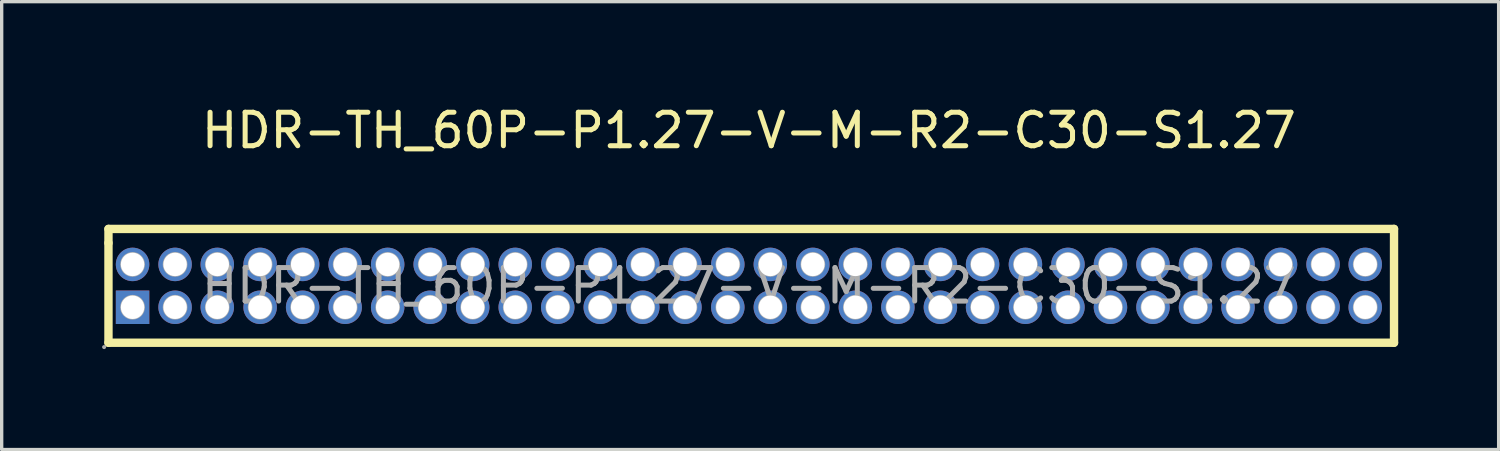
<source format=kicad_pcb>
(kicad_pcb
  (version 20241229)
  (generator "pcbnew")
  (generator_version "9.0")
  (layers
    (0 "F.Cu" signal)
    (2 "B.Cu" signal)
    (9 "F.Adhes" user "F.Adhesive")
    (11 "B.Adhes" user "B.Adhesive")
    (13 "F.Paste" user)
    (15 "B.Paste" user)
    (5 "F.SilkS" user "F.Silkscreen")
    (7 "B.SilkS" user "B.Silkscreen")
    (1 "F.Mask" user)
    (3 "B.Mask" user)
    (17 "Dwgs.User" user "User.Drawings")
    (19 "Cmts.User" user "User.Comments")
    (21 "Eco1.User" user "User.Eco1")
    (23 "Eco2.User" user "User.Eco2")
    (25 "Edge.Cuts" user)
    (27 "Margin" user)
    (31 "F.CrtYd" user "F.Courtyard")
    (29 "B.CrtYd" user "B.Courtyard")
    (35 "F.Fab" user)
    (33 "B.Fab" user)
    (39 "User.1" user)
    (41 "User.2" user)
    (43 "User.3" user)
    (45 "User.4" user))
  (footprint "HDR-TH_60P-P1.27-V-M-R2-C30-S1.27"
    (layer "F.Cu")
    (at 19.32 5.488)
    (property "Reference" "HDR-TH_60P-P1.27-V-M-R2-C30-S1.27" (at 0 -4.64 0) (layer "F.SilkS") (effects (font (size 1 1) (thickness 0.15))))
    (attr through_hole)
    (fp_line (start -19.13 -1.7) (end 19.27 -1.7) (stroke (width 0.25) (type solid)) (layer "F.SilkS"))
    (fp_line (start -19.13 -1.28) (end -19.13 -1.7) (stroke (width 0.25) (type solid)) (layer "F.SilkS"))
    (fp_line (start -19.13 1.7) (end -19.13 -1.28) (stroke (width 0.25) (type solid)) (layer "F.SilkS"))
    (fp_line (start 19.27 -1.7) (end 19.27 1.7) (stroke (width 0.25) (type solid)) (layer "F.SilkS"))
    (fp_line (start 19.27 1.7) (end -19.13 1.7) (stroke (width 0.25) (type solid)) (layer "F.SilkS"))
    (fp_circle (center -19.26 1.83) (end -19.23 1.83) (stroke (width 0.06) (type solid)) (fill no) (layer "F.Fab"))
    (fp_circle (center -18.41 -0.64) (end -18.29 -0.64) (stroke (width 0.25) (type solid)) (fill no) (layer "F.Fab"))
    (fp_circle (center -18.41 0.64) (end -18.29 0.64) (stroke (width 0.25) (type solid)) (fill no) (layer "F.Fab"))
    (fp_circle (center -17.14 -0.64) (end -17.02 -0.64) (stroke (width 0.25) (type solid)) (fill no) (layer "F.Fab"))
    (fp_circle (center -17.14 0.64) (end -17.02 0.64) (stroke (width 0.25) (type solid)) (fill no) (layer "F.Fab"))
    (fp_circle (center -15.88 -0.64) (end -15.76 -0.64) (stroke (width 0.25) (type solid)) (fill no) (layer "F.Fab"))
    (fp_circle (center -15.88 0.64) (end -15.76 0.64) (stroke (width 0.25) (type solid)) (fill no) (layer "F.Fab"))
    (fp_circle (center -14.6 -0.64) (end -14.48 -0.64) (stroke (width 0.25) (type solid)) (fill no) (layer "F.Fab"))
    (fp_circle (center -14.6 0.64) (end -14.48 0.64) (stroke (width 0.25) (type solid)) (fill no) (layer "F.Fab"))
    (fp_circle (center -13.33 -0.64) (end -13.21 -0.64) (stroke (width 0.25) (type solid)) (fill no) (layer "F.Fab"))
    (fp_circle (center -13.33 0.64) (end -13.21 0.64) (stroke (width 0.25) (type solid)) (fill no) (layer "F.Fab"))
    (fp_circle (center -12.06 -0.64) (end -11.94 -0.64) (stroke (width 0.25) (type solid)) (fill no) (layer "F.Fab"))
    (fp_circle (center -12.06 0.64) (end -11.94 0.64) (stroke (width 0.25) (type solid)) (fill no) (layer "F.Fab"))
    (fp_circle (center -10.79 -0.64) (end -10.67 -0.64) (stroke (width 0.25) (type solid)) (fill no) (layer "F.Fab"))
    (fp_circle (center -10.79 0.64) (end -10.67 0.64) (stroke (width 0.25) (type solid)) (fill no) (layer "F.Fab"))
    (fp_circle (center -9.52 -0.64) (end -9.4 -0.64) (stroke (width 0.25) (type solid)) (fill no) (layer "F.Fab"))
    (fp_circle (center -9.52 0.64) (end -9.4 0.64) (stroke (width 0.25) (type solid)) (fill no) (layer "F.Fab"))
    (fp_circle (center -8.25 -0.64) (end -8.13 -0.64) (stroke (width 0.25) (type solid)) (fill no) (layer "F.Fab"))
    (fp_circle (center -8.25 0.64) (end -8.13 0.64) (stroke (width 0.25) (type solid)) (fill no) (layer "F.Fab"))
    (fp_circle (center -6.98 -0.64) (end -6.86 -0.64) (stroke (width 0.25) (type solid)) (fill no) (layer "F.Fab"))
    (fp_circle (center -6.98 0.64) (end -6.86 0.64) (stroke (width 0.25) (type solid)) (fill no) (layer "F.Fab"))
    (fp_circle (center -5.71 -0.64) (end -5.59 -0.64) (stroke (width 0.25) (type solid)) (fill no) (layer "F.Fab"))
    (fp_circle (center -5.71 0.64) (end -5.59 0.64) (stroke (width 0.25) (type solid)) (fill no) (layer "F.Fab"))
    (fp_circle (center -4.44 -0.64) (end -4.32 -0.64) (stroke (width 0.25) (type solid)) (fill no) (layer "F.Fab"))
    (fp_circle (center -4.44 0.64) (end -4.32 0.64) (stroke (width 0.25) (type solid)) (fill no) (layer "F.Fab"))
    (fp_circle (center -3.17 -0.64) (end -3.05 -0.64) (stroke (width 0.25) (type solid)) (fill no) (layer "F.Fab"))
    (fp_circle (center -3.17 0.64) (end -3.05 0.64) (stroke (width 0.25) (type solid)) (fill no) (layer "F.Fab"))
    (fp_circle (center -1.91 -0.64) (end -1.79 -0.64) (stroke (width 0.25) (type solid)) (fill no) (layer "F.Fab"))
    (fp_circle (center -1.91 0.64) (end -1.79 0.64) (stroke (width 0.25) (type solid)) (fill no) (layer "F.Fab"))
    (fp_circle (center -0.63 -0.64) (end -0.51 -0.64) (stroke (width 0.25) (type solid)) (fill no) (layer "F.Fab"))
    (fp_circle (center -0.63 0.64) (end -0.51 0.64) (stroke (width 0.25) (type solid)) (fill no) (layer "F.Fab"))
    (fp_circle (center 0.64 -0.64) (end 0.76 -0.64) (stroke (width 0.25) (type solid)) (fill no) (layer "F.Fab"))
    (fp_circle (center 0.64 0.64) (end 0.76 0.64) (stroke (width 0.25) (type solid)) (fill no) (layer "F.Fab"))
    (fp_circle (center 1.91 -0.64) (end 2.03 -0.64) (stroke (width 0.25) (type solid)) (fill no) (layer "F.Fab"))
    (fp_circle (center 1.91 0.64) (end 2.03 0.64) (stroke (width 0.25) (type solid)) (fill no) (layer "F.Fab"))
    (fp_circle (center 3.18 -0.64) (end 3.3 -0.64) (stroke (width 0.25) (type solid)) (fill no) (layer "F.Fab"))
    (fp_circle (center 3.18 0.64) (end 3.3 0.64) (stroke (width 0.25) (type solid)) (fill no) (layer "F.Fab"))
    (fp_circle (center 4.45 -0.64) (end 4.57 -0.64) (stroke (width 0.25) (type solid)) (fill no) (layer "F.Fab"))
    (fp_circle (center 4.45 0.64) (end 4.57 0.64) (stroke (width 0.25) (type solid)) (fill no) (layer "F.Fab"))
    (fp_circle (center 5.72 -0.64) (end 5.84 -0.64) (stroke (width 0.25) (type solid)) (fill no) (layer "F.Fab"))
    (fp_circle (center 5.72 0.64) (end 5.84 0.64) (stroke (width 0.25) (type solid)) (fill no) (layer "F.Fab"))
    (fp_circle (center 6.98 -0.64) (end 7.1 -0.64) (stroke (width 0.25) (type solid)) (fill no) (layer "F.Fab"))
    (fp_circle (center 6.98 0.64) (end 7.1 0.64) (stroke (width 0.25) (type solid)) (fill no) (layer "F.Fab"))
    (fp_circle (center 8.26 -0.64) (end 8.38 -0.64) (stroke (width 0.25) (type solid)) (fill no) (layer "F.Fab"))
    (fp_circle (center 8.26 0.64) (end 8.38 0.64) (stroke (width 0.25) (type solid)) (fill no) (layer "F.Fab"))
    (fp_circle (center 9.53 -0.64) (end 9.65 -0.64) (stroke (width 0.25) (type solid)) (fill no) (layer "F.Fab"))
    (fp_circle (center 9.53 0.64) (end 9.65 0.64) (stroke (width 0.25) (type solid)) (fill no) (layer "F.Fab"))
    (fp_circle (center 10.8 -0.64) (end 10.92 -0.64) (stroke (width 0.25) (type solid)) (fill no) (layer "F.Fab"))
    (fp_circle (center 10.8 0.64) (end 10.92 0.64) (stroke (width 0.25) (type solid)) (fill no) (layer "F.Fab"))
    (fp_circle (center 12.07 -0.64) (end 12.19 -0.64) (stroke (width 0.25) (type solid)) (fill no) (layer "F.Fab"))
    (fp_circle (center 12.07 0.64) (end 12.19 0.64) (stroke (width 0.25) (type solid)) (fill no) (layer "F.Fab"))
    (fp_circle (center 13.34 -0.64) (end 13.46 -0.64) (stroke (width 0.25) (type solid)) (fill no) (layer "F.Fab"))
    (fp_circle (center 13.34 0.64) (end 13.46 0.64) (stroke (width 0.25) (type solid)) (fill no) (layer "F.Fab"))
    (fp_circle (center 14.61 -0.64) (end 14.73 -0.64) (stroke (width 0.25) (type solid)) (fill no) (layer "F.Fab"))
    (fp_circle (center 14.61 0.64) (end 14.73 0.64) (stroke (width 0.25) (type solid)) (fill no) (layer "F.Fab"))
    (fp_circle (center 15.88 -0.64) (end 16 -0.64) (stroke (width 0.25) (type solid)) (fill no) (layer "F.Fab"))
    (fp_circle (center 15.88 0.64) (end 16 0.64) (stroke (width 0.25) (type solid)) (fill no) (layer "F.Fab"))
    (fp_circle (center 17.15 -0.64) (end 17.27 -0.64) (stroke (width 0.25) (type solid)) (fill no) (layer "F.Fab"))
    (fp_circle (center 17.15 0.64) (end 17.27 0.64) (stroke (width 0.25) (type solid)) (fill no) (layer "F.Fab"))
    (fp_circle (center 18.41 -0.64) (end 18.53 -0.64) (stroke (width 0.25) (type solid)) (fill no) (layer "F.Fab"))
    (fp_circle (center 18.41 0.64) (end 18.53 0.64) (stroke (width 0.25) (type solid)) (fill no) (layer "F.Fab"))
    (fp_text user "${REFERENCE}" (at 0 0 0) (layer "F.Fab") (effects (font (size 1 1) (thickness 0.15))))
    (pad "1" thru_hole rect (at -18.41 0.64) (size 1 1) (drill 0.7) (layers "*.Cu" "*.Paste" "*.Mask"))
    (pad "2" thru_hole circle (at -18.41 -0.64) (size 1 1) (drill 0.7) (layers "*.Cu" "*.Paste" "*.Mask"))
    (pad "3" thru_hole circle (at -17.14 0.64) (size 1 1) (drill 0.7) (layers "*.Cu" "*.Paste" "*.Mask"))
    (pad "4" thru_hole circle (at -17.14 -0.64) (size 1 1) (drill 0.7) (layers "*.Cu" "*.Paste" "*.Mask"))
    (pad "5" thru_hole circle (at -15.88 0.64) (size 1 1) (drill 0.7) (layers "*.Cu" "*.Paste" "*.Mask"))
    (pad "6" thru_hole circle (at -15.88 -0.64) (size 1 1) (drill 0.7) (layers "*.Cu" "*.Paste" "*.Mask"))
    (pad "7" thru_hole circle (at -14.6 0.64) (size 1 1) (drill 0.7) (layers "*.Cu" "*.Paste" "*.Mask"))
    (pad "8" thru_hole circle (at -14.6 -0.64) (size 1 1) (drill 0.7) (layers "*.Cu" "*.Paste" "*.Mask"))
    (pad "9" thru_hole circle (at -13.33 0.64) (size 1 1) (drill 0.7) (layers "*.Cu" "*.Paste" "*.Mask"))
    (pad "10" thru_hole circle (at -13.33 -0.64) (size 1 1) (drill 0.7) (layers "*.Cu" "*.Paste" "*.Mask"))
    (pad "11" thru_hole circle (at -12.06 0.64) (size 1 1) (drill 0.7) (layers "*.Cu" "*.Paste" "*.Mask"))
    (pad "12" thru_hole circle (at -12.06 -0.64) (size 1 1) (drill 0.7) (layers "*.Cu" "*.Paste" "*.Mask"))
    (pad "13" thru_hole circle (at -10.79 0.64) (size 1 1) (drill 0.7) (layers "*.Cu" "*.Paste" "*.Mask"))
    (pad "14" thru_hole circle (at -10.79 -0.64) (size 1 1) (drill 0.7) (layers "*.Cu" "*.Paste" "*.Mask"))
    (pad "15" thru_hole circle (at -9.52 0.64) (size 1 1) (drill 0.7) (layers "*.Cu" "*.Paste" "*.Mask"))
    (pad "16" thru_hole circle (at -9.52 -0.64) (size 1 1) (drill 0.7) (layers "*.Cu" "*.Paste" "*.Mask"))
    (pad "17" thru_hole circle (at -8.25 0.64) (size 1 1) (drill 0.7) (layers "*.Cu" "*.Paste" "*.Mask"))
    (pad "18" thru_hole circle (at -8.25 -0.64) (size 1 1) (drill 0.7) (layers "*.Cu" "*.Paste" "*.Mask"))
    (pad "19" thru_hole circle (at -6.98 0.64) (size 1 1) (drill 0.7) (layers "*.Cu" "*.Paste" "*.Mask"))
    (pad "20" thru_hole circle (at -6.98 -0.64) (size 1 1) (drill 0.7) (layers "*.Cu" "*.Paste" "*.Mask"))
    (pad "21" thru_hole circle (at -5.71 0.64) (size 1 1) (drill 0.7) (layers "*.Cu" "*.Paste" "*.Mask"))
    (pad "22" thru_hole circle (at -5.71 -0.64) (size 1 1) (drill 0.7) (layers "*.Cu" "*.Paste" "*.Mask"))
    (pad "23" thru_hole circle (at -4.44 0.64) (size 1 1) (drill 0.7) (layers "*.Cu" "*.Paste" "*.Mask"))
    (pad "24" thru_hole circle (at -4.44 -0.64) (size 1 1) (drill 0.7) (layers "*.Cu" "*.Paste" "*.Mask"))
    (pad "25" thru_hole circle (at -3.17 0.64) (size 1 1) (drill 0.7) (layers "*.Cu" "*.Paste" "*.Mask"))
    (pad "26" thru_hole circle (at -3.17 -0.64) (size 1 1) (drill 0.7) (layers "*.Cu" "*.Paste" "*.Mask"))
    (pad "27" thru_hole circle (at -1.91 0.64) (size 1 1) (drill 0.7) (layers "*.Cu" "*.Paste" "*.Mask"))
    (pad "28" thru_hole circle (at -1.91 -0.64) (size 1 1) (drill 0.7) (layers "*.Cu" "*.Paste" "*.Mask"))
    (pad "29" thru_hole circle (at -0.63 0.64) (size 1 1) (drill 0.7) (layers "*.Cu" "*.Paste" "*.Mask"))
    (pad "30" thru_hole circle (at -0.63 -0.64) (size 1 1) (drill 0.7) (layers "*.Cu" "*.Paste" "*.Mask"))
    (pad "31" thru_hole circle (at 0.64 0.64) (size 1 1) (drill 0.7) (layers "*.Cu" "*.Paste" "*.Mask"))
    (pad "32" thru_hole circle (at 0.64 -0.64) (size 1 1) (drill 0.7) (layers "*.Cu" "*.Paste" "*.Mask"))
    (pad "33" thru_hole circle (at 1.91 0.64) (size 1 1) (drill 0.7) (layers "*.Cu" "*.Paste" "*.Mask"))
    (pad "34" thru_hole circle (at 1.91 -0.64) (size 1 1) (drill 0.7) (layers "*.Cu" "*.Paste" "*.Mask"))
    (pad "35" thru_hole circle (at 3.18 0.64) (size 1 1) (drill 0.7) (layers "*.Cu" "*.Paste" "*.Mask"))
    (pad "36" thru_hole circle (at 3.18 -0.64) (size 1 1) (drill 0.7) (layers "*.Cu" "*.Paste" "*.Mask"))
    (pad "37" thru_hole circle (at 4.45 0.64) (size 1 1) (drill 0.7) (layers "*.Cu" "*.Paste" "*.Mask"))
    (pad "38" thru_hole circle (at 4.45 -0.64) (size 1 1) (drill 0.7) (layers "*.Cu" "*.Paste" "*.Mask"))
    (pad "39" thru_hole circle (at 5.72 0.64) (size 1 1) (drill 0.7) (layers "*.Cu" "*.Paste" "*.Mask"))
    (pad "40" thru_hole circle (at 5.72 -0.64) (size 1 1) (drill 0.7) (layers "*.Cu" "*.Paste" "*.Mask"))
    (pad "41" thru_hole circle (at 6.98 0.64) (size 1 1) (drill 0.7) (layers "*.Cu" "*.Paste" "*.Mask"))
    (pad "42" thru_hole circle (at 6.98 -0.64) (size 1 1) (drill 0.7) (layers "*.Cu" "*.Paste" "*.Mask"))
    (pad "43" thru_hole circle (at 8.26 0.64) (size 1 1) (drill 0.7) (layers "*.Cu" "*.Paste" "*.Mask"))
    (pad "44" thru_hole circle (at 8.26 -0.64) (size 1 1) (drill 0.7) (layers "*.Cu" "*.Paste" "*.Mask"))
    (pad "45" thru_hole circle (at 9.53 0.64) (size 1 1) (drill 0.7) (layers "*.Cu" "*.Paste" "*.Mask"))
    (pad "46" thru_hole circle (at 9.53 -0.64) (size 1 1) (drill 0.7) (layers "*.Cu" "*.Paste" "*.Mask"))
    (pad "47" thru_hole circle (at 10.8 0.64) (size 1 1) (drill 0.7) (layers "*.Cu" "*.Paste" "*.Mask"))
    (pad "48" thru_hole circle (at 10.8 -0.64) (size 1 1) (drill 0.7) (layers "*.Cu" "*.Paste" "*.Mask"))
    (pad "49" thru_hole circle (at 12.07 0.64) (size 1 1) (drill 0.7) (layers "*.Cu" "*.Paste" "*.Mask"))
    (pad "50" thru_hole circle (at 12.07 -0.64) (size 1 1) (drill 0.7) (layers "*.Cu" "*.Paste" "*.Mask"))
    (pad "51" thru_hole circle (at 13.34 0.64) (size 1 1) (drill 0.7) (layers "*.Cu" "*.Paste" "*.Mask"))
    (pad "52" thru_hole circle (at 13.34 -0.64) (size 1 1) (drill 0.7) (layers "*.Cu" "*.Paste" "*.Mask"))
    (pad "53" thru_hole circle (at 14.61 0.64) (size 1 1) (drill 0.7) (layers "*.Cu" "*.Paste" "*.Mask"))
    (pad "54" thru_hole circle (at 14.61 -0.64) (size 1 1) (drill 0.7) (layers "*.Cu" "*.Paste" "*.Mask"))
    (pad "55" thru_hole circle (at 15.88 0.64) (size 1 1) (drill 0.7) (layers "*.Cu" "*.Paste" "*.Mask"))
    (pad "56" thru_hole circle (at 15.88 -0.64) (size 1 1) (drill 0.7) (layers "*.Cu" "*.Paste" "*.Mask"))
    (pad "57" thru_hole circle (at 17.15 0.64) (size 1 1) (drill 0.7) (layers "*.Cu" "*.Paste" "*.Mask"))
    (pad "58" thru_hole circle (at 17.15 -0.64) (size 1 1) (drill 0.7) (layers "*.Cu" "*.Paste" "*.Mask"))
    (pad "59" thru_hole circle (at 18.41 0.64) (size 1 1) (drill 0.7) (layers "*.Cu" "*.Paste" "*.Mask"))
    (pad "60" thru_hole circle (at 18.41 -0.64) (size 1 1) (drill 0.7) (layers "*.Cu" "*.Paste" "*.Mask")))
  (gr_rect
    (start -3 -3)
    (end 41.715 10.378)
    (stroke (width 0.1) (type default))
    (fill no)
    (layer "Edge.Cuts")))
</source>
